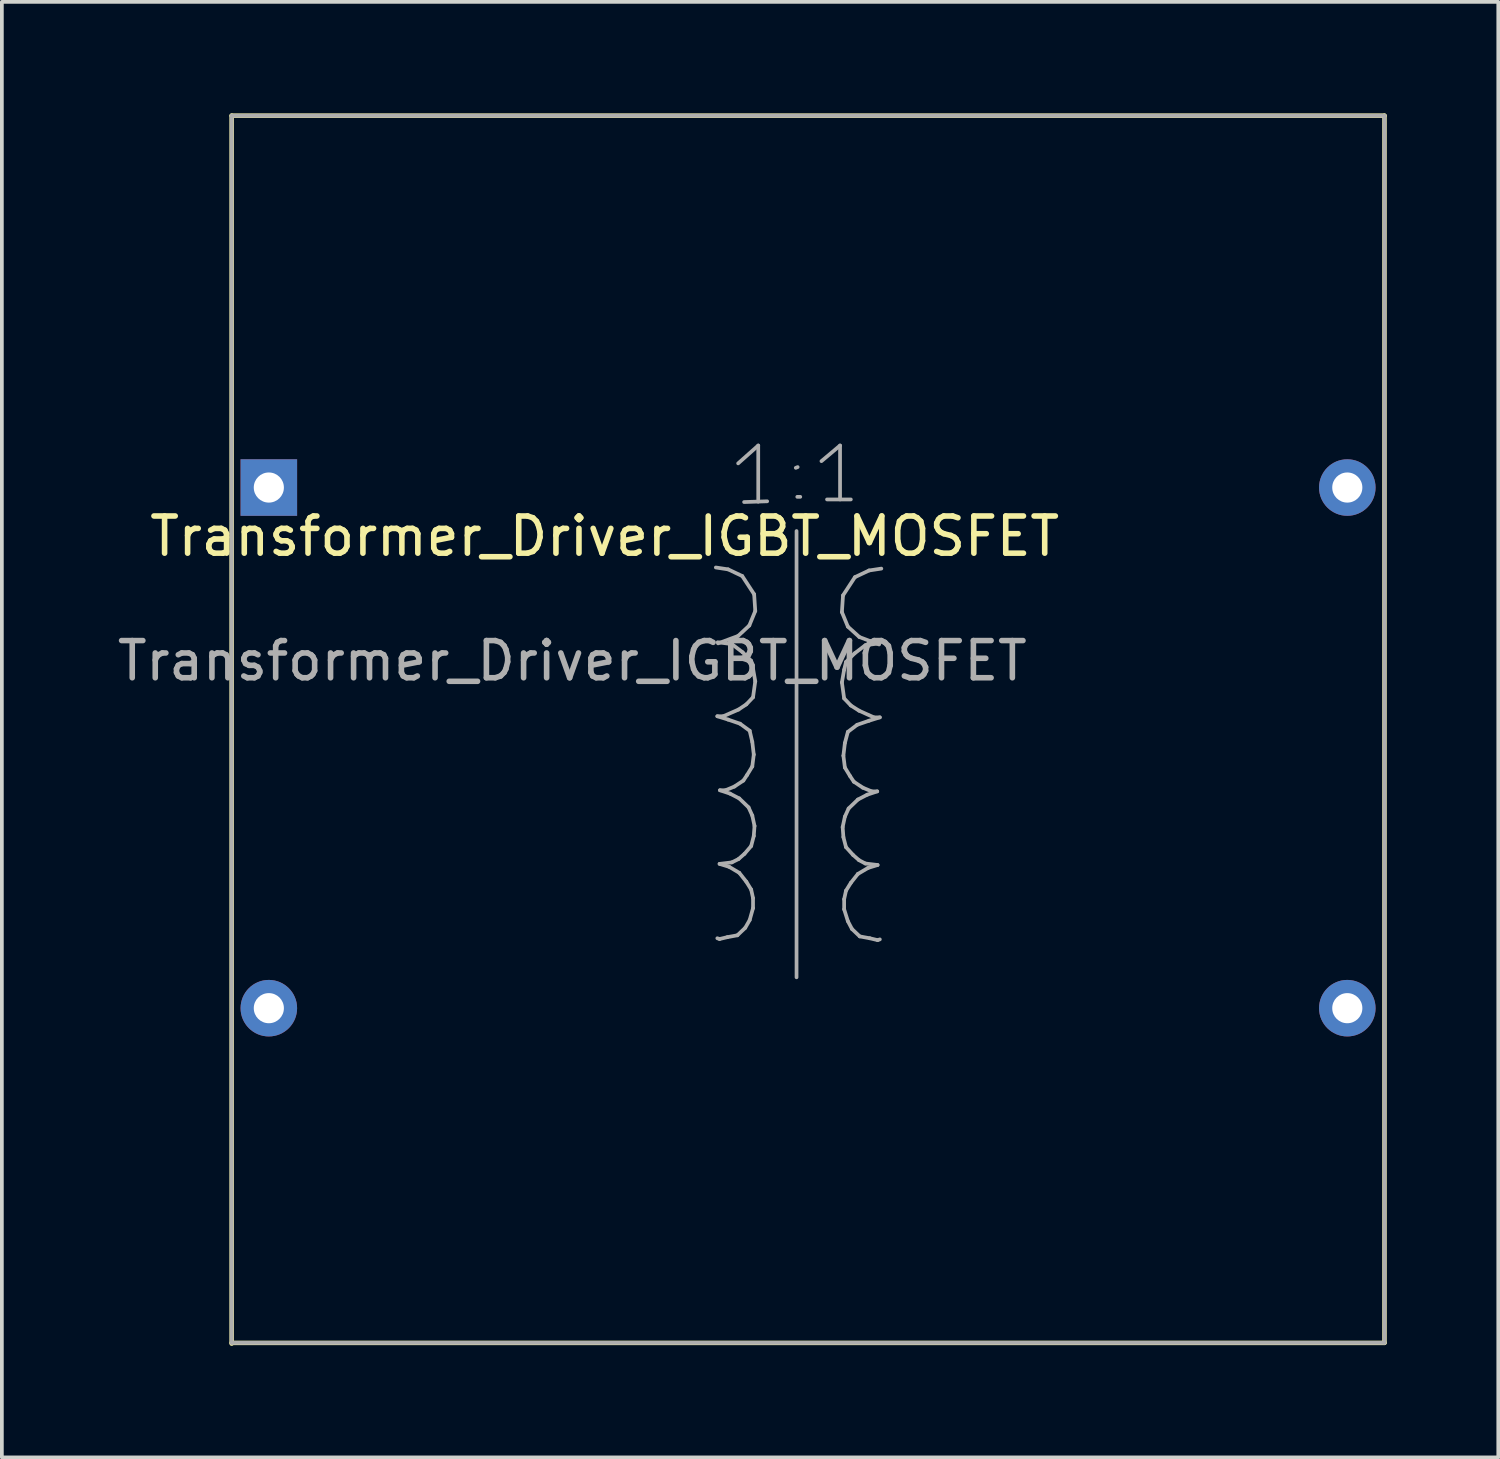
<source format=kicad_pcb>
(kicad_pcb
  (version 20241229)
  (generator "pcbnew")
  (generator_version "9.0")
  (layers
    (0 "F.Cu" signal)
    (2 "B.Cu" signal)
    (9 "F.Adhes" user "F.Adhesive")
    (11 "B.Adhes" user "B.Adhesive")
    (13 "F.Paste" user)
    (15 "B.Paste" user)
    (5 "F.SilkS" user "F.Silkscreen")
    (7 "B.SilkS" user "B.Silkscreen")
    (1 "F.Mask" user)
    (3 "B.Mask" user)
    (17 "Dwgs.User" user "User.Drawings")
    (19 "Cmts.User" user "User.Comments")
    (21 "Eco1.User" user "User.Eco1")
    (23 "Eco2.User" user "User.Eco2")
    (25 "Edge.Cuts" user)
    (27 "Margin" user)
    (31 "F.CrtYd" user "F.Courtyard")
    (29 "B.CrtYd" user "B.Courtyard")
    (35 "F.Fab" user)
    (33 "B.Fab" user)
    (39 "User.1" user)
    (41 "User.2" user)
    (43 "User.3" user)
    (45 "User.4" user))
  (footprint "Transformer_Driver_IGBT_MOSFET"
    (layer "F.Cu")
    (at 18.179 15.06)
    (property "Reference" "Transformer_Driver_IGBT_MOSFET" (at -4.97 -3.69 0) (layer "F.SilkS") (effects (font (size 1 1) (thickness 0.15))))
    (attr through_hole)
    (fp_line (start -15 -15) (end 16 -15) (stroke (width 0.12) (type solid)) (layer "F.SilkS"))
    (fp_line (start -15 18.02) (end -15 -15) (stroke (width 0.12) (type solid)) (layer "F.SilkS"))
    (fp_line (start 16 -15) (end 16 18) (stroke (width 0.12) (type solid)) (layer "F.SilkS"))
    (fp_line (start 16 18) (end -15 18) (stroke (width 0.12) (type solid)) (layer "F.SilkS"))
    (fp_line (start -15 -15) (end -15 18) (stroke (width 0.1) (type solid)) (layer "F.Fab"))
    (fp_line (start -15 18) (end 16 18) (stroke (width 0.1) (type solid)) (layer "F.Fab"))
    (fp_line (start -1.98 -2.85) (end -1.65 -2.8) (stroke (width 0.1) (type solid)) (layer "F.Fab"))
    (fp_line (start -1.94 1.15) (end -1.65 1.24) (stroke (width 0.1) (type solid)) (layer "F.Fab"))
    (fp_line (start -1.93 -0.84) (end -1.55 -0.79) (stroke (width 0.1) (type solid)) (layer "F.Fab"))
    (fp_line (start -1.88 5.12) (end -1.62 5.2) (stroke (width 0.1) (type solid)) (layer "F.Fab"))
    (fp_line (start -1.88 7.14) (end -1.94 7.12) (stroke (width 0.1) (type solid)) (layer "F.Fab"))
    (fp_line (start -1.87 3.14) (end -1.6 3.23) (stroke (width 0.1) (type solid)) (layer "F.Fab"))
    (fp_line (start -1.78 1.15) (end -1.94 1.15) (stroke (width 0.1) (type solid)) (layer "F.Fab"))
    (fp_line (start -1.72 3.14) (end -1.87 3.14) (stroke (width 0.1) (type solid)) (layer "F.Fab"))
    (fp_line (start -1.67 7.09) (end -1.88 7.14) (stroke (width 0.1) (type solid)) (layer "F.Fab"))
    (fp_line (start -1.65 -2.8) (end -1.27 -2.62) (stroke (width 0.1) (type solid)) (layer "F.Fab"))
    (fp_line (start -1.65 1.24) (end -1.33 1.35) (stroke (width 0.1) (type solid)) (layer "F.Fab"))
    (fp_line (start -1.62 5.2) (end -1.35 5.36) (stroke (width 0.1) (type solid)) (layer "F.Fab"))
    (fp_line (start -1.6 3.23) (end -1.35 3.36) (stroke (width 0.1) (type solid)) (layer "F.Fab"))
    (fp_line (start -1.55 -0.79) (end -1.26 -0.57) (stroke (width 0.1) (type solid)) (layer "F.Fab"))
    (fp_line (start -1.55 5.08) (end -1.88 5.12) (stroke (width 0.1) (type solid)) (layer "F.Fab"))
    (fp_line (start -1.48 3.04) (end -1.72 3.14) (stroke (width 0.1) (type solid)) (layer "F.Fab"))
    (fp_line (start -1.4 7.04) (end -1.67 7.09) (stroke (width 0.1) (type solid)) (layer "F.Fab"))
    (fp_line (start -1.38 -5.65) (end -0.84 -6.13) (stroke (width 0.1) (type solid)) (layer "F.Fab"))
    (fp_line (start -1.38 -1.01) (end -1.92 -0.81) (stroke (width 0.1) (type solid)) (layer "F.Fab"))
    (fp_line (start -1.37 0.97) (end -1.78 1.15) (stroke (width 0.1) (type solid)) (layer "F.Fab"))
    (fp_line (start -1.37 4.99) (end -1.55 5.08) (stroke (width 0.1) (type solid)) (layer "F.Fab"))
    (fp_line (start -1.35 3.36) (end -1.1 3.6) (stroke (width 0.1) (type solid)) (layer "F.Fab"))
    (fp_line (start -1.35 5.36) (end -1.16 5.6) (stroke (width 0.1) (type solid)) (layer "F.Fab"))
    (fp_line (start -1.33 1.35) (end -1.07 1.54) (stroke (width 0.1) (type solid)) (layer "F.Fab"))
    (fp_line (start -1.27 -2.62) (end -0.95 -2.13) (stroke (width 0.1) (type solid)) (layer "F.Fab"))
    (fp_line (start -1.26 -0.57) (end -1.03 -0.34) (stroke (width 0.1) (type solid)) (layer "F.Fab"))
    (fp_line (start -1.24 2.88) (end -1.48 3.04) (stroke (width 0.1) (type solid)) (layer "F.Fab"))
    (fp_line (start -1.22 -4.61) (end -0.6 -4.63) (stroke (width 0.1) (type solid)) (layer "F.Fab"))
    (fp_line (start -1.21 4.85) (end -1.37 4.99) (stroke (width 0.1) (type solid)) (layer "F.Fab"))
    (fp_line (start -1.19 6.84) (end -1.4 7.04) (stroke (width 0.1) (type solid)) (layer "F.Fab"))
    (fp_line (start -1.16 0.83) (end -1.37 0.97) (stroke (width 0.1) (type solid)) (layer "F.Fab"))
    (fp_line (start -1.16 5.6) (end -1.03 5.81) (stroke (width 0.1) (type solid)) (layer "F.Fab"))
    (fp_line (start -1.14 2.73) (end -1.24 2.88) (stroke (width 0.1) (type solid)) (layer "F.Fab"))
    (fp_line (start -1.1 3.6) (end -1 3.82) (stroke (width 0.1) (type solid)) (layer "F.Fab"))
    (fp_line (start -1.08 -1.29) (end -1.38 -1.01) (stroke (width 0.1) (type solid)) (layer "F.Fab"))
    (fp_line (start -1.07 1.54) (end -1 1.84) (stroke (width 0.1) (type solid)) (layer "F.Fab"))
    (fp_line (start -1.07 6.63) (end -1.19 6.84) (stroke (width 0.1) (type solid)) (layer "F.Fab"))
    (fp_line (start -1.03 -0.34) (end -0.98 -0.13) (stroke (width 0.1) (type solid)) (layer "F.Fab"))
    (fp_line (start -1.03 4.64) (end -1.21 4.85) (stroke (width 0.1) (type solid)) (layer "F.Fab"))
    (fp_line (start -1.03 5.81) (end -0.98 6.04) (stroke (width 0.1) (type solid)) (layer "F.Fab"))
    (fp_line (start -1 1.84) (end -0.96 2.18) (stroke (width 0.1) (type solid)) (layer "F.Fab"))
    (fp_line (start -1 2.5) (end -1.14 2.73) (stroke (width 0.1) (type solid)) (layer "F.Fab"))
    (fp_line (start -1 3.82) (end -0.94 4.1) (stroke (width 0.1) (type solid)) (layer "F.Fab"))
    (fp_line (start -0.98 -0.13) (end -0.92 0.21) (stroke (width 0.1) (type solid)) (layer "F.Fab"))
    (fp_line (start -0.98 0.64) (end -1.16 0.83) (stroke (width 0.1) (type solid)) (layer "F.Fab"))
    (fp_line (start -0.98 6.04) (end -0.98 6.31) (stroke (width 0.1) (type solid)) (layer "F.Fab"))
    (fp_line (start -0.98 6.31) (end -1.07 6.63) (stroke (width 0.1) (type solid)) (layer "F.Fab"))
    (fp_line (start -0.96 2.18) (end -1 2.5) (stroke (width 0.1) (type solid)) (layer "F.Fab"))
    (fp_line (start -0.96 4.37) (end -1.03 4.64) (stroke (width 0.1) (type solid)) (layer "F.Fab"))
    (fp_line (start -0.95 -2.13) (end -0.92 -1.68) (stroke (width 0.1) (type solid)) (layer "F.Fab"))
    (fp_line (start -0.94 4.1) (end -0.96 4.37) (stroke (width 0.1) (type solid)) (layer "F.Fab"))
    (fp_line (start -0.92 -1.68) (end -1.08 -1.29) (stroke (width 0.1) (type solid)) (layer "F.Fab"))
    (fp_line (start -0.92 0.21) (end -0.98 0.64) (stroke (width 0.1) (type solid)) (layer "F.Fab"))
    (fp_line (start -0.84 -6.13) (end -0.84 -4.62) (stroke (width 0.1) (type solid)) (layer "F.Fab"))
    (fp_line (start 0.19 -3.83) (end 0.19 8.17) (stroke (width 0.1) (type solid)) (layer "F.Fab"))
    (fp_line (start 0.22 -5.55) (end 0.17 -5.53) (stroke (width 0.1) (type solid)) (layer "F.Fab"))
    (fp_line (start 0.29 -4.75) (end 0.21 -4.75) (stroke (width 0.1) (type solid)) (layer "F.Fab"))
    (fp_line (start 0.86 -5.71) (end 1.36 -6.13) (stroke (width 0.1) (type solid)) (layer "F.Fab"))
    (fp_line (start 1.01 -4.68) (end 1.65 -4.68) (stroke (width 0.1) (type solid)) (layer "F.Fab"))
    (fp_line (start 1.36 -6.13) (end 1.36 -4.68) (stroke (width 0.1) (type solid)) (layer "F.Fab"))
    (fp_line (start 1.41 -1.65) (end 1.57 -1.26) (stroke (width 0.1) (type solid)) (layer "F.Fab"))
    (fp_line (start 1.41 0.24) (end 1.47 0.67) (stroke (width 0.1) (type solid)) (layer "F.Fab"))
    (fp_line (start 1.43 4.13) (end 1.45 4.4) (stroke (width 0.1) (type solid)) (layer "F.Fab"))
    (fp_line (start 1.44 -2.1) (end 1.41 -1.65) (stroke (width 0.1) (type solid)) (layer "F.Fab"))
    (fp_line (start 1.45 2.21) (end 1.49 2.53) (stroke (width 0.1) (type solid)) (layer "F.Fab"))
    (fp_line (start 1.45 4.4) (end 1.52 4.67) (stroke (width 0.1) (type solid)) (layer "F.Fab"))
    (fp_line (start 1.47 -0.1) (end 1.41 0.24) (stroke (width 0.1) (type solid)) (layer "F.Fab"))
    (fp_line (start 1.47 0.67) (end 1.65 0.86) (stroke (width 0.1) (type solid)) (layer "F.Fab"))
    (fp_line (start 1.47 6.07) (end 1.47 6.34) (stroke (width 0.1) (type solid)) (layer "F.Fab"))
    (fp_line (start 1.47 6.34) (end 1.57 6.66) (stroke (width 0.1) (type solid)) (layer "F.Fab"))
    (fp_line (start 1.49 1.87) (end 1.45 2.21) (stroke (width 0.1) (type solid)) (layer "F.Fab"))
    (fp_line (start 1.49 2.53) (end 1.63 2.76) (stroke (width 0.1) (type solid)) (layer "F.Fab"))
    (fp_line (start 1.49 3.85) (end 1.43 4.13) (stroke (width 0.1) (type solid)) (layer "F.Fab"))
    (fp_line (start 1.52 -0.31) (end 1.47 -0.1) (stroke (width 0.1) (type solid)) (layer "F.Fab"))
    (fp_line (start 1.52 4.67) (end 1.71 4.88) (stroke (width 0.1) (type solid)) (layer "F.Fab"))
    (fp_line (start 1.52 5.84) (end 1.47 6.07) (stroke (width 0.1) (type solid)) (layer "F.Fab"))
    (fp_line (start 1.57 -1.26) (end 1.88 -0.98) (stroke (width 0.1) (type solid)) (layer "F.Fab"))
    (fp_line (start 1.57 1.57) (end 1.49 1.87) (stroke (width 0.1) (type solid)) (layer "F.Fab"))
    (fp_line (start 1.57 6.66) (end 1.68 6.87) (stroke (width 0.1) (type solid)) (layer "F.Fab"))
    (fp_line (start 1.59 3.63) (end 1.49 3.85) (stroke (width 0.1) (type solid)) (layer "F.Fab"))
    (fp_line (start 1.63 2.76) (end 1.73 2.91) (stroke (width 0.1) (type solid)) (layer "F.Fab"))
    (fp_line (start 1.65 0.86) (end 1.87 1) (stroke (width 0.1) (type solid)) (layer "F.Fab"))
    (fp_line (start 1.65 5.63) (end 1.52 5.84) (stroke (width 0.1) (type solid)) (layer "F.Fab"))
    (fp_line (start 1.68 6.87) (end 1.89 7.07) (stroke (width 0.1) (type solid)) (layer "F.Fab"))
    (fp_line (start 1.71 4.88) (end 1.87 5.02) (stroke (width 0.1) (type solid)) (layer "F.Fab"))
    (fp_line (start 1.73 2.91) (end 1.97 3.07) (stroke (width 0.1) (type solid)) (layer "F.Fab"))
    (fp_line (start 1.75 -0.54) (end 1.52 -0.31) (stroke (width 0.1) (type solid)) (layer "F.Fab"))
    (fp_line (start 1.76 -2.59) (end 1.44 -2.1) (stroke (width 0.1) (type solid)) (layer "F.Fab"))
    (fp_line (start 1.82 1.38) (end 1.57 1.57) (stroke (width 0.1) (type solid)) (layer "F.Fab"))
    (fp_line (start 1.84 3.39) (end 1.59 3.63) (stroke (width 0.1) (type solid)) (layer "F.Fab"))
    (fp_line (start 1.84 5.39) (end 1.65 5.63) (stroke (width 0.1) (type solid)) (layer "F.Fab"))
    (fp_line (start 1.87 1) (end 2.27 1.18) (stroke (width 0.1) (type solid)) (layer "F.Fab"))
    (fp_line (start 1.87 5.02) (end 2.04 5.11) (stroke (width 0.1) (type solid)) (layer "F.Fab"))
    (fp_line (start 1.88 -0.98) (end 2.41 -0.78) (stroke (width 0.1) (type solid)) (layer "F.Fab"))
    (fp_line (start 1.89 7.07) (end 2.16 7.12) (stroke (width 0.1) (type solid)) (layer "F.Fab"))
    (fp_line (start 1.97 3.07) (end 2.21 3.17) (stroke (width 0.1) (type solid)) (layer "F.Fab"))
    (fp_line (start 2.04 -0.76) (end 1.75 -0.54) (stroke (width 0.1) (type solid)) (layer "F.Fab"))
    (fp_line (start 2.04 5.11) (end 2.37 5.15) (stroke (width 0.1) (type solid)) (layer "F.Fab"))
    (fp_line (start 2.09 3.26) (end 1.84 3.39) (stroke (width 0.1) (type solid)) (layer "F.Fab"))
    (fp_line (start 2.11 5.23) (end 1.84 5.39) (stroke (width 0.1) (type solid)) (layer "F.Fab"))
    (fp_line (start 2.14 -2.77) (end 1.76 -2.59) (stroke (width 0.1) (type solid)) (layer "F.Fab"))
    (fp_line (start 2.14 1.27) (end 1.82 1.38) (stroke (width 0.1) (type solid)) (layer "F.Fab"))
    (fp_line (start 2.16 7.12) (end 2.37 7.17) (stroke (width 0.1) (type solid)) (layer "F.Fab"))
    (fp_line (start 2.21 3.17) (end 2.36 3.17) (stroke (width 0.1) (type solid)) (layer "F.Fab"))
    (fp_line (start 2.27 1.18) (end 2.43 1.18) (stroke (width 0.1) (type solid)) (layer "F.Fab"))
    (fp_line (start 2.36 3.17) (end 2.09 3.26) (stroke (width 0.1) (type solid)) (layer "F.Fab"))
    (fp_line (start 2.37 5.15) (end 2.11 5.23) (stroke (width 0.1) (type solid)) (layer "F.Fab"))
    (fp_line (start 2.37 7.17) (end 2.43 7.15) (stroke (width 0.1) (type solid)) (layer "F.Fab"))
    (fp_line (start 2.42 -0.81) (end 2.04 -0.76) (stroke (width 0.1) (type solid)) (layer "F.Fab"))
    (fp_line (start 2.43 1.18) (end 2.14 1.27) (stroke (width 0.1) (type solid)) (layer "F.Fab"))
    (fp_line (start 2.47 -2.82) (end 2.14 -2.77) (stroke (width 0.1) (type solid)) (layer "F.Fab"))
    (fp_line (start 16 -15) (end -15 -15) (stroke (width 0.1) (type solid)) (layer "F.Fab"))
    (fp_line (start 16 18) (end 16 -15) (stroke (width 0.1) (type solid)) (layer "F.Fab"))
    (fp_text user "${REFERENCE}" (at -5.84 -0.34 0) (layer "F.Fab") (effects (font (size 1 1) (thickness 0.15))))
    (pad "1" thru_hole rect (at -14 -5) (size 1.52 1.52) (drill 0.81) (layers "*.Cu" "*.Mask"))
    (pad "2" thru_hole circle (at -14 9) (size 1.52 1.52) (drill 0.81) (layers "*.Cu" "*.Mask"))
    (pad "3" thru_hole circle (at 15 9) (size 1.52 1.52) (drill 0.81) (layers "*.Cu" "*.Mask"))
    (pad "4" thru_hole circle (at 15 -5) (size 1.52 1.52) (drill 0.81) (layers "*.Cu" "*.Mask")))
  (gr_rect
    (start -3 -3)
    (end 37.239 36.14)
    (stroke (width 0.1) (type default))
    (fill no)
    (layer "Edge.Cuts")))
</source>
